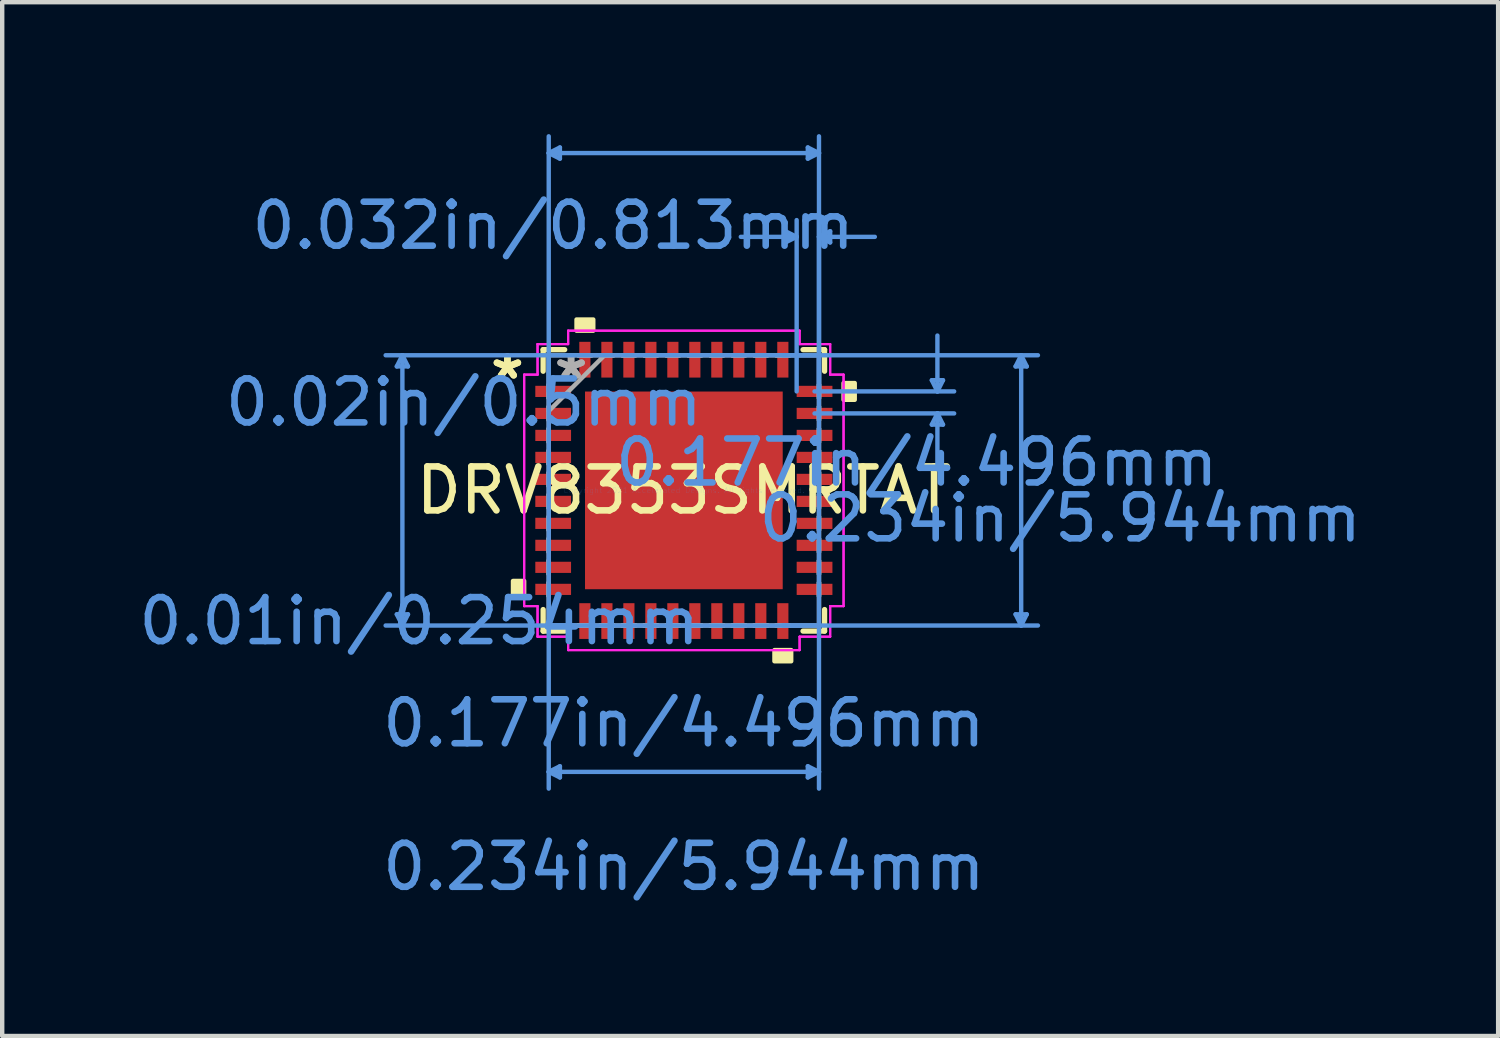
<source format=kicad_pcb>
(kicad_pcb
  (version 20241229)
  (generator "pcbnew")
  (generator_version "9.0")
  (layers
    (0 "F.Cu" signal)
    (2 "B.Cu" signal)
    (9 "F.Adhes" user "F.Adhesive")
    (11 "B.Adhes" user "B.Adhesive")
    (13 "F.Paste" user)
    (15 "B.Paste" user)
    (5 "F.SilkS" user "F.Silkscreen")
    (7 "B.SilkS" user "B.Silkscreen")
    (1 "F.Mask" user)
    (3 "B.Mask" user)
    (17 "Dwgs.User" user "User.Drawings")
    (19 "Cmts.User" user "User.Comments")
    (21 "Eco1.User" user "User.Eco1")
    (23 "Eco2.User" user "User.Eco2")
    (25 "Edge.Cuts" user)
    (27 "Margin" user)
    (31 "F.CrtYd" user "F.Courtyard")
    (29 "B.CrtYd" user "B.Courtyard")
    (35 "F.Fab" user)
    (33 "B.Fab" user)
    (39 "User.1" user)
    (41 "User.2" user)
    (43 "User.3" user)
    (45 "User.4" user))
  (footprint "DRV8353SMRTAT"
    (layer "F.Cu")
    (at 12.502 8.102)
    (property "Reference" "DRV8353SMRTAT" (at 0 0 0) (layer "F.SilkS") (effects (font (size 1 1) (thickness 0.15))))
    (attr through_hole)
    (fp_line (start -3.2 -3.2) (end -3.2 -2.71) (stroke (width 0.12) (type solid)) (layer "F.SilkS"))
    (fp_line (start -3.2 2.71) (end -3.2 3.2) (stroke (width 0.12) (type solid)) (layer "F.SilkS"))
    (fp_line (start -3.2 3.2) (end -2.71 3.2) (stroke (width 0.12) (type solid)) (layer "F.SilkS"))
    (fp_line (start -2.71 -3.2) (end -3.2 -3.2) (stroke (width 0.12) (type solid)) (layer "F.SilkS"))
    (fp_line (start 2.71 3.2) (end 3.2 3.2) (stroke (width 0.12) (type solid)) (layer "F.SilkS"))
    (fp_line (start 3.2 -3.2) (end 2.71 -3.2) (stroke (width 0.12) (type solid)) (layer "F.SilkS"))
    (fp_line (start 3.2 -2.71) (end 3.2 -3.2) (stroke (width 0.12) (type solid)) (layer "F.SilkS"))
    (fp_line (start 3.2 3.2) (end 3.2 2.71) (stroke (width 0.12) (type solid)) (layer "F.SilkS"))
    (fp_poly (pts (xy -3.886 2.06) (xy -3.886 2.441) (xy -3.632 2.441) (xy -3.632 2.06)) (stroke (width 0.1) (type solid)) (fill yes) (layer "F.SilkS"))
    (fp_poly (pts (xy -2.441 -3.632) (xy -2.441 -3.886) (xy -2.06 -3.886) (xy -2.06 -3.632)) (stroke (width 0.1) (type solid)) (fill yes) (layer "F.SilkS"))
    (fp_poly (pts (xy 2.06 3.632) (xy 2.06 3.886) (xy 2.441 3.886) (xy 2.441 3.632)) (stroke (width 0.1) (type solid)) (fill yes) (layer "F.SilkS"))
    (fp_poly (pts (xy 3.886 -2.441) (xy 3.886 -2.06) (xy 3.632 -2.06) (xy 3.632 -2.441)) (stroke (width 0.1) (type solid)) (fill yes) (layer "F.SilkS"))
    (fp_poly (pts (xy -2.148 -2.148) (xy -2.148 -0.849) (xy -0.849 -0.849) (xy -0.849 -2.148)) (stroke (width 0.1) (type solid)) (fill yes) (layer "F.Paste"))
    (fp_poly (pts (xy -2.148 -0.649) (xy -2.148 0.649) (xy -0.849 0.649) (xy -0.849 -0.649)) (stroke (width 0.1) (type solid)) (fill yes) (layer "F.Paste"))
    (fp_poly (pts (xy -2.148 0.849) (xy -2.148 2.148) (xy -0.849 2.148) (xy -0.849 0.849)) (stroke (width 0.1) (type solid)) (fill yes) (layer "F.Paste"))
    (fp_poly (pts (xy -0.649 -2.148) (xy -0.649 -0.849) (xy 0.649 -0.849) (xy 0.649 -2.148)) (stroke (width 0.1) (type solid)) (fill yes) (layer "F.Paste"))
    (fp_poly (pts (xy -0.649 -0.649) (xy -0.649 0.649) (xy 0.649 0.649) (xy 0.649 -0.649)) (stroke (width 0.1) (type solid)) (fill yes) (layer "F.Paste"))
    (fp_poly (pts (xy -0.649 0.849) (xy -0.649 2.148) (xy 0.649 2.148) (xy 0.649 0.849)) (stroke (width 0.1) (type solid)) (fill yes) (layer "F.Paste"))
    (fp_poly (pts (xy 0.849 -2.148) (xy 0.849 -0.849) (xy 2.148 -0.849) (xy 2.148 -2.148)) (stroke (width 0.1) (type solid)) (fill yes) (layer "F.Paste"))
    (fp_poly (pts (xy 0.849 -0.649) (xy 0.849 0.649) (xy 2.148 0.649) (xy 2.148 -0.649)) (stroke (width 0.1) (type solid)) (fill yes) (layer "F.Paste"))
    (fp_poly (pts (xy 0.849 0.849) (xy 0.849 2.148) (xy 2.148 2.148) (xy 2.148 0.849)) (stroke (width 0.1) (type solid)) (fill yes) (layer "F.Paste"))
    (fp_line (start -6.528 -2.819) (end -6.274 -2.819) (stroke (width 0.1) (type solid)) (layer "Cmts.User"))
    (fp_line (start -6.528 2.819) (end -6.274 2.819) (stroke (width 0.1) (type solid)) (layer "Cmts.User"))
    (fp_line (start -6.401 -3.073) (end -6.528 -2.819) (stroke (width 0.1) (type solid)) (layer "Cmts.User"))
    (fp_line (start -6.401 -3.073) (end -6.401 3.073) (stroke (width 0.1) (type solid)) (layer "Cmts.User"))
    (fp_line (start -6.401 -3.073) (end -6.274 -2.819) (stroke (width 0.1) (type solid)) (layer "Cmts.User"))
    (fp_line (start -6.401 3.073) (end -6.528 2.819) (stroke (width 0.1) (type solid)) (layer "Cmts.User"))
    (fp_line (start -6.401 3.073) (end -6.274 2.819) (stroke (width 0.1) (type solid)) (layer "Cmts.User"))
    (fp_line (start -3.073 -7.671) (end -2.819 -7.798) (stroke (width 0.1) (type solid)) (layer "Cmts.User"))
    (fp_line (start -3.073 -7.671) (end -2.819 -7.544) (stroke (width 0.1) (type solid)) (layer "Cmts.User"))
    (fp_line (start -3.073 -7.671) (end 3.073 -7.671) (stroke (width 0.1) (type solid)) (layer "Cmts.User"))
    (fp_line (start -3.073 -3.073) (end -3.073 6.782) (stroke (width 0.1) (type solid)) (layer "Cmts.User"))
    (fp_line (start -3.073 -2.251) (end -3.073 -8.052) (stroke (width 0.1) (type solid)) (layer "Cmts.User"))
    (fp_line (start -3.073 6.401) (end -2.819 6.274) (stroke (width 0.1) (type solid)) (layer "Cmts.User"))
    (fp_line (start -3.073 6.401) (end -2.819 6.528) (stroke (width 0.1) (type solid)) (layer "Cmts.User"))
    (fp_line (start -3.073 6.401) (end 3.073 6.401) (stroke (width 0.1) (type solid)) (layer "Cmts.User"))
    (fp_line (start -2.819 -7.798) (end -2.819 -7.544) (stroke (width 0.1) (type solid)) (layer "Cmts.User"))
    (fp_line (start -2.819 6.274) (end -2.819 6.528) (stroke (width 0.1) (type solid)) (layer "Cmts.User"))
    (fp_line (start 2.251 -3.073) (end 8.052 -3.073) (stroke (width 0.1) (type solid)) (layer "Cmts.User"))
    (fp_line (start 2.251 3.073) (end 8.052 3.073) (stroke (width 0.1) (type solid)) (layer "Cmts.User"))
    (fp_line (start 2.311 -5.893) (end 2.311 -5.639) (stroke (width 0.1) (type solid)) (layer "Cmts.User"))
    (fp_line (start 2.565 -5.766) (end 1.295 -5.766) (stroke (width 0.1) (type solid)) (layer "Cmts.User"))
    (fp_line (start 2.565 -5.766) (end 2.311 -5.893) (stroke (width 0.1) (type solid)) (layer "Cmts.User"))
    (fp_line (start 2.565 -5.766) (end 2.311 -5.639) (stroke (width 0.1) (type solid)) (layer "Cmts.User"))
    (fp_line (start 2.565 -2.251) (end 2.565 -6.147) (stroke (width 0.1) (type solid)) (layer "Cmts.User"))
    (fp_line (start 2.819 -7.798) (end 2.819 -7.544) (stroke (width 0.1) (type solid)) (layer "Cmts.User"))
    (fp_line (start 2.819 6.274) (end 2.819 6.528) (stroke (width 0.1) (type solid)) (layer "Cmts.User"))
    (fp_line (start 2.972 -2.251) (end 6.147 -2.251) (stroke (width 0.1) (type solid)) (layer "Cmts.User"))
    (fp_line (start 2.972 -1.75) (end 6.147 -1.75) (stroke (width 0.1) (type solid)) (layer "Cmts.User"))
    (fp_line (start 3.073 -7.671) (end 2.819 -7.798) (stroke (width 0.1) (type solid)) (layer "Cmts.User"))
    (fp_line (start 3.073 -7.671) (end 2.819 -7.544) (stroke (width 0.1) (type solid)) (layer "Cmts.User"))
    (fp_line (start 3.073 -5.766) (end 3.327 -5.893) (stroke (width 0.1) (type solid)) (layer "Cmts.User"))
    (fp_line (start 3.073 -5.766) (end 3.327 -5.639) (stroke (width 0.1) (type solid)) (layer "Cmts.User"))
    (fp_line (start 3.073 -5.766) (end 4.343 -5.766) (stroke (width 0.1) (type solid)) (layer "Cmts.User"))
    (fp_line (start 3.073 -3.073) (end -6.782 -3.073) (stroke (width 0.1) (type solid)) (layer "Cmts.User"))
    (fp_line (start 3.073 -3.073) (end 3.073 6.782) (stroke (width 0.1) (type solid)) (layer "Cmts.User"))
    (fp_line (start 3.073 -2.251) (end 3.073 -8.052) (stroke (width 0.1) (type solid)) (layer "Cmts.User"))
    (fp_line (start 3.073 -2.251) (end 3.073 -6.147) (stroke (width 0.1) (type solid)) (layer "Cmts.User"))
    (fp_line (start 3.073 3.073) (end -6.782 3.073) (stroke (width 0.1) (type solid)) (layer "Cmts.User"))
    (fp_line (start 3.073 6.401) (end 2.819 6.274) (stroke (width 0.1) (type solid)) (layer "Cmts.User"))
    (fp_line (start 3.073 6.401) (end 2.819 6.528) (stroke (width 0.1) (type solid)) (layer "Cmts.User"))
    (fp_line (start 3.327 -5.893) (end 3.327 -5.639) (stroke (width 0.1) (type solid)) (layer "Cmts.User"))
    (fp_line (start 5.639 -2.505) (end 5.893 -2.505) (stroke (width 0.1) (type solid)) (layer "Cmts.User"))
    (fp_line (start 5.639 -1.496) (end 5.893 -1.496) (stroke (width 0.1) (type solid)) (layer "Cmts.User"))
    (fp_line (start 5.766 -2.251) (end 5.639 -2.505) (stroke (width 0.1) (type solid)) (layer "Cmts.User"))
    (fp_line (start 5.766 -2.251) (end 5.766 -3.521) (stroke (width 0.1) (type solid)) (layer "Cmts.User"))
    (fp_line (start 5.766 -2.251) (end 5.893 -2.505) (stroke (width 0.1) (type solid)) (layer "Cmts.User"))
    (fp_line (start 5.766 -1.75) (end 5.639 -1.496) (stroke (width 0.1) (type solid)) (layer "Cmts.User"))
    (fp_line (start 5.766 -1.75) (end 5.766 -0.48) (stroke (width 0.1) (type solid)) (layer "Cmts.User"))
    (fp_line (start 5.766 -1.75) (end 5.893 -1.496) (stroke (width 0.1) (type solid)) (layer "Cmts.User"))
    (fp_line (start 7.544 -2.819) (end 7.798 -2.819) (stroke (width 0.1) (type solid)) (layer "Cmts.User"))
    (fp_line (start 7.544 2.819) (end 7.798 2.819) (stroke (width 0.1) (type solid)) (layer "Cmts.User"))
    (fp_line (start 7.671 -3.073) (end 7.544 -2.819) (stroke (width 0.1) (type solid)) (layer "Cmts.User"))
    (fp_line (start 7.671 -3.073) (end 7.671 3.073) (stroke (width 0.1) (type solid)) (layer "Cmts.User"))
    (fp_line (start 7.671 -3.073) (end 7.798 -2.819) (stroke (width 0.1) (type solid)) (layer "Cmts.User"))
    (fp_line (start 7.671 3.073) (end 7.544 2.819) (stroke (width 0.1) (type solid)) (layer "Cmts.User"))
    (fp_line (start 7.671 3.073) (end 7.798 2.819) (stroke (width 0.1) (type solid)) (layer "Cmts.User"))
    (fp_line (start -3.632 -2.632) (end -3.327 -2.632) (stroke (width 0.05) (type solid)) (layer "F.CrtYd"))
    (fp_line (start -3.632 -2.632) (end -3.327 -2.632) (stroke (width 0.05) (type solid)) (layer "F.CrtYd"))
    (fp_line (start -3.632 2.632) (end -3.632 -2.632) (stroke (width 0.05) (type solid)) (layer "F.CrtYd"))
    (fp_line (start -3.632 2.632) (end -3.632 -2.632) (stroke (width 0.05) (type solid)) (layer "F.CrtYd"))
    (fp_line (start -3.327 -3.327) (end -2.632 -3.327) (stroke (width 0.05) (type solid)) (layer "F.CrtYd"))
    (fp_line (start -3.327 -3.327) (end -2.632 -3.327) (stroke (width 0.05) (type solid)) (layer "F.CrtYd"))
    (fp_line (start -3.327 -2.632) (end -3.327 -3.327) (stroke (width 0.05) (type solid)) (layer "F.CrtYd"))
    (fp_line (start -3.327 -2.632) (end -3.327 -3.327) (stroke (width 0.05) (type solid)) (layer "F.CrtYd"))
    (fp_line (start -3.327 2.632) (end -3.632 2.632) (stroke (width 0.05) (type solid)) (layer "F.CrtYd"))
    (fp_line (start -3.327 2.632) (end -3.632 2.632) (stroke (width 0.05) (type solid)) (layer "F.CrtYd"))
    (fp_line (start -3.327 3.327) (end -3.327 2.632) (stroke (width 0.05) (type solid)) (layer "F.CrtYd"))
    (fp_line (start -3.327 3.327) (end -3.327 2.632) (stroke (width 0.05) (type solid)) (layer "F.CrtYd"))
    (fp_line (start -2.632 -3.632) (end 2.632 -3.632) (stroke (width 0.05) (type solid)) (layer "F.CrtYd"))
    (fp_line (start -2.632 -3.632) (end 2.632 -3.632) (stroke (width 0.05) (type solid)) (layer "F.CrtYd"))
    (fp_line (start -2.632 -3.327) (end -2.632 -3.632) (stroke (width 0.05) (type solid)) (layer "F.CrtYd"))
    (fp_line (start -2.632 -3.327) (end -2.632 -3.632) (stroke (width 0.05) (type solid)) (layer "F.CrtYd"))
    (fp_line (start -2.632 3.327) (end -3.327 3.327) (stroke (width 0.05) (type solid)) (layer "F.CrtYd"))
    (fp_line (start -2.632 3.327) (end -3.327 3.327) (stroke (width 0.05) (type solid)) (layer "F.CrtYd"))
    (fp_line (start -2.632 3.632) (end -2.632 3.327) (stroke (width 0.05) (type solid)) (layer "F.CrtYd"))
    (fp_line (start -2.632 3.632) (end -2.632 3.327) (stroke (width 0.05) (type solid)) (layer "F.CrtYd"))
    (fp_line (start 2.632 -3.632) (end 2.632 -3.327) (stroke (width 0.05) (type solid)) (layer "F.CrtYd"))
    (fp_line (start 2.632 -3.632) (end 2.632 -3.327) (stroke (width 0.05) (type solid)) (layer "F.CrtYd"))
    (fp_line (start 2.632 -3.327) (end 3.327 -3.327) (stroke (width 0.05) (type solid)) (layer "F.CrtYd"))
    (fp_line (start 2.632 -3.327) (end 3.327 -3.327) (stroke (width 0.05) (type solid)) (layer "F.CrtYd"))
    (fp_line (start 2.632 3.327) (end 2.632 3.632) (stroke (width 0.05) (type solid)) (layer "F.CrtYd"))
    (fp_line (start 2.632 3.327) (end 2.632 3.632) (stroke (width 0.05) (type solid)) (layer "F.CrtYd"))
    (fp_line (start 2.632 3.632) (end -2.632 3.632) (stroke (width 0.05) (type solid)) (layer "F.CrtYd"))
    (fp_line (start 2.632 3.632) (end -2.632 3.632) (stroke (width 0.05) (type solid)) (layer "F.CrtYd"))
    (fp_line (start 3.327 -3.327) (end 3.327 -2.632) (stroke (width 0.05) (type solid)) (layer "F.CrtYd"))
    (fp_line (start 3.327 -3.327) (end 3.327 -2.632) (stroke (width 0.05) (type solid)) (layer "F.CrtYd"))
    (fp_line (start 3.327 -2.632) (end 3.632 -2.632) (stroke (width 0.05) (type solid)) (layer "F.CrtYd"))
    (fp_line (start 3.327 -2.632) (end 3.632 -2.632) (stroke (width 0.05) (type solid)) (layer "F.CrtYd"))
    (fp_line (start 3.327 2.632) (end 3.327 3.327) (stroke (width 0.05) (type solid)) (layer "F.CrtYd"))
    (fp_line (start 3.327 2.632) (end 3.327 3.327) (stroke (width 0.05) (type solid)) (layer "F.CrtYd"))
    (fp_line (start 3.327 3.327) (end 2.632 3.327) (stroke (width 0.05) (type solid)) (layer "F.CrtYd"))
    (fp_line (start 3.327 3.327) (end 2.632 3.327) (stroke (width 0.05) (type solid)) (layer "F.CrtYd"))
    (fp_line (start 3.632 -2.632) (end 3.632 2.632) (stroke (width 0.05) (type solid)) (layer "F.CrtYd"))
    (fp_line (start 3.632 -2.632) (end 3.632 2.632) (stroke (width 0.05) (type solid)) (layer "F.CrtYd"))
    (fp_line (start 3.632 2.632) (end 3.327 2.632) (stroke (width 0.05) (type solid)) (layer "F.CrtYd"))
    (fp_line (start 3.632 2.632) (end 3.327 2.632) (stroke (width 0.05) (type solid)) (layer "F.CrtYd"))
    (fp_line (start -3.073 -3.073) (end -3.073 -3.073) (stroke (width 0.1) (type solid)) (layer "F.Fab"))
    (fp_line (start -3.073 -3.073) (end -3.073 3.073) (stroke (width 0.1) (type solid)) (layer "F.Fab"))
    (fp_line (start -3.073 -2.403) (end -3.073 -2.403) (stroke (width 0.1) (type solid)) (layer "F.Fab"))
    (fp_line (start -3.073 -2.403) (end -3.073 -2.098) (stroke (width 0.1) (type solid)) (layer "F.Fab"))
    (fp_line (start -3.073 -2.098) (end -3.073 -2.403) (stroke (width 0.1) (type solid)) (layer "F.Fab"))
    (fp_line (start -3.073 -2.098) (end -3.073 -2.098) (stroke (width 0.1) (type solid)) (layer "F.Fab"))
    (fp_line (start -3.073 -1.903) (end -3.073 -1.903) (stroke (width 0.1) (type solid)) (layer "F.Fab"))
    (fp_line (start -3.073 -1.903) (end -3.073 -1.598) (stroke (width 0.1) (type solid)) (layer "F.Fab"))
    (fp_line (start -3.073 -1.803) (end -1.803 -3.073) (stroke (width 0.1) (type solid)) (layer "F.Fab"))
    (fp_line (start -3.073 -1.598) (end -3.073 -1.903) (stroke (width 0.1) (type solid)) (layer "F.Fab"))
    (fp_line (start -3.073 -1.598) (end -3.073 -1.598) (stroke (width 0.1) (type solid)) (layer "F.Fab"))
    (fp_line (start -3.073 -1.403) (end -3.073 -1.403) (stroke (width 0.1) (type solid)) (layer "F.Fab"))
    (fp_line (start -3.073 -1.403) (end -3.073 -1.098) (stroke (width 0.1) (type solid)) (layer "F.Fab"))
    (fp_line (start -3.073 -1.098) (end -3.073 -1.403) (stroke (width 0.1) (type solid)) (layer "F.Fab"))
    (fp_line (start -3.073 -1.098) (end -3.073 -1.098) (stroke (width 0.1) (type solid)) (layer "F.Fab"))
    (fp_line (start -3.073 -0.903) (end -3.073 -0.903) (stroke (width 0.1) (type solid)) (layer "F.Fab"))
    (fp_line (start -3.073 -0.903) (end -3.073 -0.598) (stroke (width 0.1) (type solid)) (layer "F.Fab"))
    (fp_line (start -3.073 -0.598) (end -3.073 -0.903) (stroke (width 0.1) (type solid)) (layer "F.Fab"))
    (fp_line (start -3.073 -0.598) (end -3.073 -0.598) (stroke (width 0.1) (type solid)) (layer "F.Fab"))
    (fp_line (start -3.073 -0.402) (end -3.073 -0.402) (stroke (width 0.1) (type solid)) (layer "F.Fab"))
    (fp_line (start -3.073 -0.402) (end -3.073 -0.098) (stroke (width 0.1) (type solid)) (layer "F.Fab"))
    (fp_line (start -3.073 -0.098) (end -3.073 -0.402) (stroke (width 0.1) (type solid)) (layer "F.Fab"))
    (fp_line (start -3.073 -0.098) (end -3.073 -0.098) (stroke (width 0.1) (type solid)) (layer "F.Fab"))
    (fp_line (start -3.073 0.098) (end -3.073 0.098) (stroke (width 0.1) (type solid)) (layer "F.Fab"))
    (fp_line (start -3.073 0.098) (end -3.073 0.402) (stroke (width 0.1) (type solid)) (layer "F.Fab"))
    (fp_line (start -3.073 0.402) (end -3.073 0.098) (stroke (width 0.1) (type solid)) (layer "F.Fab"))
    (fp_line (start -3.073 0.402) (end -3.073 0.402) (stroke (width 0.1) (type solid)) (layer "F.Fab"))
    (fp_line (start -3.073 0.598) (end -3.073 0.598) (stroke (width 0.1) (type solid)) (layer "F.Fab"))
    (fp_line (start -3.073 0.598) (end -3.073 0.903) (stroke (width 0.1) (type solid)) (layer "F.Fab"))
    (fp_line (start -3.073 0.903) (end -3.073 0.598) (stroke (width 0.1) (type solid)) (layer "F.Fab"))
    (fp_line (start -3.073 0.903) (end -3.073 0.903) (stroke (width 0.1) (type solid)) (layer "F.Fab"))
    (fp_line (start -3.073 1.098) (end -3.073 1.098) (stroke (width 0.1) (type solid)) (layer "F.Fab"))
    (fp_line (start -3.073 1.098) (end -3.073 1.403) (stroke (width 0.1) (type solid)) (layer "F.Fab"))
    (fp_line (start -3.073 1.403) (end -3.073 1.098) (stroke (width 0.1) (type solid)) (layer "F.Fab"))
    (fp_line (start -3.073 1.403) (end -3.073 1.403) (stroke (width 0.1) (type solid)) (layer "F.Fab"))
    (fp_line (start -3.073 1.598) (end -3.073 1.598) (stroke (width 0.1) (type solid)) (layer "F.Fab"))
    (fp_line (start -3.073 1.598) (end -3.073 1.903) (stroke (width 0.1) (type solid)) (layer "F.Fab"))
    (fp_line (start -3.073 1.903) (end -3.073 1.598) (stroke (width 0.1) (type solid)) (layer "F.Fab"))
    (fp_line (start -3.073 1.903) (end -3.073 1.903) (stroke (width 0.1) (type solid)) (layer "F.Fab"))
    (fp_line (start -3.073 2.098) (end -3.073 2.098) (stroke (width 0.1) (type solid)) (layer "F.Fab"))
    (fp_line (start -3.073 2.098) (end -3.073 2.403) (stroke (width 0.1) (type solid)) (layer "F.Fab"))
    (fp_line (start -3.073 2.403) (end -3.073 2.098) (stroke (width 0.1) (type solid)) (layer "F.Fab"))
    (fp_line (start -3.073 2.403) (end -3.073 2.403) (stroke (width 0.1) (type solid)) (layer "F.Fab"))
    (fp_line (start -3.073 3.073) (end -3.073 3.073) (stroke (width 0.1) (type solid)) (layer "F.Fab"))
    (fp_line (start -3.073 3.073) (end 3.073 3.073) (stroke (width 0.1) (type solid)) (layer "F.Fab"))
    (fp_line (start -2.403 -3.073) (end -2.403 -3.073) (stroke (width 0.1) (type solid)) (layer "F.Fab"))
    (fp_line (start -2.403 -3.073) (end -2.098 -3.073) (stroke (width 0.1) (type solid)) (layer "F.Fab"))
    (fp_line (start -2.403 3.073) (end -2.403 3.073) (stroke (width 0.1) (type solid)) (layer "F.Fab"))
    (fp_line (start -2.403 3.073) (end -2.098 3.073) (stroke (width 0.1) (type solid)) (layer "F.Fab"))
    (fp_line (start -2.098 -3.073) (end -2.403 -3.073) (stroke (width 0.1) (type solid)) (layer "F.Fab"))
    (fp_line (start -2.098 -3.073) (end -2.098 -3.073) (stroke (width 0.1) (type solid)) (layer "F.Fab"))
    (fp_line (start -2.098 3.073) (end -2.403 3.073) (stroke (width 0.1) (type solid)) (layer "F.Fab"))
    (fp_line (start -2.098 3.073) (end -2.098 3.073) (stroke (width 0.1) (type solid)) (layer "F.Fab"))
    (fp_line (start -1.903 -3.073) (end -1.903 -3.073) (stroke (width 0.1) (type solid)) (layer "F.Fab"))
    (fp_line (start -1.903 -3.073) (end -1.598 -3.073) (stroke (width 0.1) (type solid)) (layer "F.Fab"))
    (fp_line (start -1.903 3.073) (end -1.903 3.073) (stroke (width 0.1) (type solid)) (layer "F.Fab"))
    (fp_line (start -1.903 3.073) (end -1.598 3.073) (stroke (width 0.1) (type solid)) (layer "F.Fab"))
    (fp_line (start -1.598 -3.073) (end -1.903 -3.073) (stroke (width 0.1) (type solid)) (layer "F.Fab"))
    (fp_line (start -1.598 -3.073) (end -1.598 -3.073) (stroke (width 0.1) (type solid)) (layer "F.Fab"))
    (fp_line (start -1.598 3.073) (end -1.903 3.073) (stroke (width 0.1) (type solid)) (layer "F.Fab"))
    (fp_line (start -1.598 3.073) (end -1.598 3.073) (stroke (width 0.1) (type solid)) (layer "F.Fab"))
    (fp_line (start -1.403 -3.073) (end -1.403 -3.073) (stroke (width 0.1) (type solid)) (layer "F.Fab"))
    (fp_line (start -1.403 -3.073) (end -1.098 -3.073) (stroke (width 0.1) (type solid)) (layer "F.Fab"))
    (fp_line (start -1.403 3.073) (end -1.403 3.073) (stroke (width 0.1) (type solid)) (layer "F.Fab"))
    (fp_line (start -1.403 3.073) (end -1.098 3.073) (stroke (width 0.1) (type solid)) (layer "F.Fab"))
    (fp_line (start -1.098 -3.073) (end -1.403 -3.073) (stroke (width 0.1) (type solid)) (layer "F.Fab"))
    (fp_line (start -1.098 -3.073) (end -1.098 -3.073) (stroke (width 0.1) (type solid)) (layer "F.Fab"))
    (fp_line (start -1.098 3.073) (end -1.403 3.073) (stroke (width 0.1) (type solid)) (layer "F.Fab"))
    (fp_line (start -1.098 3.073) (end -1.098 3.073) (stroke (width 0.1) (type solid)) (layer "F.Fab"))
    (fp_line (start -0.903 -3.073) (end -0.903 -3.073) (stroke (width 0.1) (type solid)) (layer "F.Fab"))
    (fp_line (start -0.903 -3.073) (end -0.598 -3.073) (stroke (width 0.1) (type solid)) (layer "F.Fab"))
    (fp_line (start -0.903 3.073) (end -0.903 3.073) (stroke (width 0.1) (type solid)) (layer "F.Fab"))
    (fp_line (start -0.903 3.073) (end -0.598 3.073) (stroke (width 0.1) (type solid)) (layer "F.Fab"))
    (fp_line (start -0.598 -3.073) (end -0.903 -3.073) (stroke (width 0.1) (type solid)) (layer "F.Fab"))
    (fp_line (start -0.598 -3.073) (end -0.598 -3.073) (stroke (width 0.1) (type solid)) (layer "F.Fab"))
    (fp_line (start -0.598 3.073) (end -0.903 3.073) (stroke (width 0.1) (type solid)) (layer "F.Fab"))
    (fp_line (start -0.598 3.073) (end -0.598 3.073) (stroke (width 0.1) (type solid)) (layer "F.Fab"))
    (fp_line (start -0.402 -3.073) (end -0.402 -3.073) (stroke (width 0.1) (type solid)) (layer "F.Fab"))
    (fp_line (start -0.402 -3.073) (end -0.098 -3.073) (stroke (width 0.1) (type solid)) (layer "F.Fab"))
    (fp_line (start -0.402 3.073) (end -0.402 3.073) (stroke (width 0.1) (type solid)) (layer "F.Fab"))
    (fp_line (start -0.402 3.073) (end -0.098 3.073) (stroke (width 0.1) (type solid)) (layer "F.Fab"))
    (fp_line (start -0.098 -3.073) (end -0.402 -3.073) (stroke (width 0.1) (type solid)) (layer "F.Fab"))
    (fp_line (start -0.098 -3.073) (end -0.098 -3.073) (stroke (width 0.1) (type solid)) (layer "F.Fab"))
    (fp_line (start -0.098 3.073) (end -0.402 3.073) (stroke (width 0.1) (type solid)) (layer "F.Fab"))
    (fp_line (start -0.098 3.073) (end -0.098 3.073) (stroke (width 0.1) (type solid)) (layer "F.Fab"))
    (fp_line (start 0.098 -3.073) (end 0.098 -3.073) (stroke (width 0.1) (type solid)) (layer "F.Fab"))
    (fp_line (start 0.098 -3.073) (end 0.402 -3.073) (stroke (width 0.1) (type solid)) (layer "F.Fab"))
    (fp_line (start 0.098 3.073) (end 0.098 3.073) (stroke (width 0.1) (type solid)) (layer "F.Fab"))
    (fp_line (start 0.098 3.073) (end 0.402 3.073) (stroke (width 0.1) (type solid)) (layer "F.Fab"))
    (fp_line (start 0.402 -3.073) (end 0.098 -3.073) (stroke (width 0.1) (type solid)) (layer "F.Fab"))
    (fp_line (start 0.402 -3.073) (end 0.402 -3.073) (stroke (width 0.1) (type solid)) (layer "F.Fab"))
    (fp_line (start 0.402 3.073) (end 0.098 3.073) (stroke (width 0.1) (type solid)) (layer "F.Fab"))
    (fp_line (start 0.402 3.073) (end 0.402 3.073) (stroke (width 0.1) (type solid)) (layer "F.Fab"))
    (fp_line (start 0.598 -3.073) (end 0.598 -3.073) (stroke (width 0.1) (type solid)) (layer "F.Fab"))
    (fp_line (start 0.598 -3.073) (end 0.903 -3.073) (stroke (width 0.1) (type solid)) (layer "F.Fab"))
    (fp_line (start 0.598 3.073) (end 0.598 3.073) (stroke (width 0.1) (type solid)) (layer "F.Fab"))
    (fp_line (start 0.598 3.073) (end 0.903 3.073) (stroke (width 0.1) (type solid)) (layer "F.Fab"))
    (fp_line (start 0.903 -3.073) (end 0.598 -3.073) (stroke (width 0.1) (type solid)) (layer "F.Fab"))
    (fp_line (start 0.903 -3.073) (end 0.903 -3.073) (stroke (width 0.1) (type solid)) (layer "F.Fab"))
    (fp_line (start 0.903 3.073) (end 0.598 3.073) (stroke (width 0.1) (type solid)) (layer "F.Fab"))
    (fp_line (start 0.903 3.073) (end 0.903 3.073) (stroke (width 0.1) (type solid)) (layer "F.Fab"))
    (fp_line (start 1.098 -3.073) (end 1.098 -3.073) (stroke (width 0.1) (type solid)) (layer "F.Fab"))
    (fp_line (start 1.098 -3.073) (end 1.403 -3.073) (stroke (width 0.1) (type solid)) (layer "F.Fab"))
    (fp_line (start 1.098 3.073) (end 1.098 3.073) (stroke (width 0.1) (type solid)) (layer "F.Fab"))
    (fp_line (start 1.098 3.073) (end 1.403 3.073) (stroke (width 0.1) (type solid)) (layer "F.Fab"))
    (fp_line (start 1.403 -3.073) (end 1.098 -3.073) (stroke (width 0.1) (type solid)) (layer "F.Fab"))
    (fp_line (start 1.403 -3.073) (end 1.403 -3.073) (stroke (width 0.1) (type solid)) (layer "F.Fab"))
    (fp_line (start 1.403 3.073) (end 1.098 3.073) (stroke (width 0.1) (type solid)) (layer "F.Fab"))
    (fp_line (start 1.403 3.073) (end 1.403 3.073) (stroke (width 0.1) (type solid)) (layer "F.Fab"))
    (fp_line (start 1.598 -3.073) (end 1.598 -3.073) (stroke (width 0.1) (type solid)) (layer "F.Fab"))
    (fp_line (start 1.598 -3.073) (end 1.903 -3.073) (stroke (width 0.1) (type solid)) (layer "F.Fab"))
    (fp_line (start 1.598 3.073) (end 1.598 3.073) (stroke (width 0.1) (type solid)) (layer "F.Fab"))
    (fp_line (start 1.598 3.073) (end 1.903 3.073) (stroke (width 0.1) (type solid)) (layer "F.Fab"))
    (fp_line (start 1.903 -3.073) (end 1.598 -3.073) (stroke (width 0.1) (type solid)) (layer "F.Fab"))
    (fp_line (start 1.903 -3.073) (end 1.903 -3.073) (stroke (width 0.1) (type solid)) (layer "F.Fab"))
    (fp_line (start 1.903 3.073) (end 1.598 3.073) (stroke (width 0.1) (type solid)) (layer "F.Fab"))
    (fp_line (start 1.903 3.073) (end 1.903 3.073) (stroke (width 0.1) (type solid)) (layer "F.Fab"))
    (fp_line (start 2.098 -3.073) (end 2.098 -3.073) (stroke (width 0.1) (type solid)) (layer "F.Fab"))
    (fp_line (start 2.098 -3.073) (end 2.403 -3.073) (stroke (width 0.1) (type solid)) (layer "F.Fab"))
    (fp_line (start 2.098 3.073) (end 2.098 3.073) (stroke (width 0.1) (type solid)) (layer "F.Fab"))
    (fp_line (start 2.098 3.073) (end 2.403 3.073) (stroke (width 0.1) (type solid)) (layer "F.Fab"))
    (fp_line (start 2.403 -3.073) (end 2.098 -3.073) (stroke (width 0.1) (type solid)) (layer "F.Fab"))
    (fp_line (start 2.403 -3.073) (end 2.403 -3.073) (stroke (width 0.1) (type solid)) (layer "F.Fab"))
    (fp_line (start 2.403 3.073) (end 2.098 3.073) (stroke (width 0.1) (type solid)) (layer "F.Fab"))
    (fp_line (start 2.403 3.073) (end 2.403 3.073) (stroke (width 0.1) (type solid)) (layer "F.Fab"))
    (fp_line (start 3.073 -3.073) (end -3.073 -3.073) (stroke (width 0.1) (type solid)) (layer "F.Fab"))
    (fp_line (start 3.073 -3.073) (end 3.073 -3.073) (stroke (width 0.1) (type solid)) (layer "F.Fab"))
    (fp_line (start 3.073 -2.403) (end 3.073 -2.403) (stroke (width 0.1) (type solid)) (layer "F.Fab"))
    (fp_line (start 3.073 -2.403) (end 3.073 -2.098) (stroke (width 0.1) (type solid)) (layer "F.Fab"))
    (fp_line (start 3.073 -2.098) (end 3.073 -2.403) (stroke (width 0.1) (type solid)) (layer "F.Fab"))
    (fp_line (start 3.073 -2.098) (end 3.073 -2.098) (stroke (width 0.1) (type solid)) (layer "F.Fab"))
    (fp_line (start 3.073 -1.903) (end 3.073 -1.903) (stroke (width 0.1) (type solid)) (layer "F.Fab"))
    (fp_line (start 3.073 -1.903) (end 3.073 -1.598) (stroke (width 0.1) (type solid)) (layer "F.Fab"))
    (fp_line (start 3.073 -1.598) (end 3.073 -1.903) (stroke (width 0.1) (type solid)) (layer "F.Fab"))
    (fp_line (start 3.073 -1.598) (end 3.073 -1.598) (stroke (width 0.1) (type solid)) (layer "F.Fab"))
    (fp_line (start 3.073 -1.403) (end 3.073 -1.403) (stroke (width 0.1) (type solid)) (layer "F.Fab"))
    (fp_line (start 3.073 -1.403) (end 3.073 -1.098) (stroke (width 0.1) (type solid)) (layer "F.Fab"))
    (fp_line (start 3.073 -1.098) (end 3.073 -1.403) (stroke (width 0.1) (type solid)) (layer "F.Fab"))
    (fp_line (start 3.073 -1.098) (end 3.073 -1.098) (stroke (width 0.1) (type solid)) (layer "F.Fab"))
    (fp_line (start 3.073 -0.903) (end 3.073 -0.903) (stroke (width 0.1) (type solid)) (layer "F.Fab"))
    (fp_line (start 3.073 -0.903) (end 3.073 -0.598) (stroke (width 0.1) (type solid)) (layer "F.Fab"))
    (fp_line (start 3.073 -0.598) (end 3.073 -0.903) (stroke (width 0.1) (type solid)) (layer "F.Fab"))
    (fp_line (start 3.073 -0.598) (end 3.073 -0.598) (stroke (width 0.1) (type solid)) (layer "F.Fab"))
    (fp_line (start 3.073 -0.402) (end 3.073 -0.402) (stroke (width 0.1) (type solid)) (layer "F.Fab"))
    (fp_line (start 3.073 -0.402) (end 3.073 -0.098) (stroke (width 0.1) (type solid)) (layer "F.Fab"))
    (fp_line (start 3.073 -0.098) (end 3.073 -0.402) (stroke (width 0.1) (type solid)) (layer "F.Fab"))
    (fp_line (start 3.073 -0.098) (end 3.073 -0.098) (stroke (width 0.1) (type solid)) (layer "F.Fab"))
    (fp_line (start 3.073 0.098) (end 3.073 0.098) (stroke (width 0.1) (type solid)) (layer "F.Fab"))
    (fp_line (start 3.073 0.098) (end 3.073 0.402) (stroke (width 0.1) (type solid)) (layer "F.Fab"))
    (fp_line (start 3.073 0.402) (end 3.073 0.098) (stroke (width 0.1) (type solid)) (layer "F.Fab"))
    (fp_line (start 3.073 0.402) (end 3.073 0.402) (stroke (width 0.1) (type solid)) (layer "F.Fab"))
    (fp_line (start 3.073 0.598) (end 3.073 0.598) (stroke (width 0.1) (type solid)) (layer "F.Fab"))
    (fp_line (start 3.073 0.598) (end 3.073 0.903) (stroke (width 0.1) (type solid)) (layer "F.Fab"))
    (fp_line (start 3.073 0.903) (end 3.073 0.598) (stroke (width 0.1) (type solid)) (layer "F.Fab"))
    (fp_line (start 3.073 0.903) (end 3.073 0.903) (stroke (width 0.1) (type solid)) (layer "F.Fab"))
    (fp_line (start 3.073 1.098) (end 3.073 1.098) (stroke (width 0.1) (type solid)) (layer "F.Fab"))
    (fp_line (start 3.073 1.098) (end 3.073 1.403) (stroke (width 0.1) (type solid)) (layer "F.Fab"))
    (fp_line (start 3.073 1.403) (end 3.073 1.098) (stroke (width 0.1) (type solid)) (layer "F.Fab"))
    (fp_line (start 3.073 1.403) (end 3.073 1.403) (stroke (width 0.1) (type solid)) (layer "F.Fab"))
    (fp_line (start 3.073 1.598) (end 3.073 1.598) (stroke (width 0.1) (type solid)) (layer "F.Fab"))
    (fp_line (start 3.073 1.598) (end 3.073 1.903) (stroke (width 0.1) (type solid)) (layer "F.Fab"))
    (fp_line (start 3.073 1.903) (end 3.073 1.598) (stroke (width 0.1) (type solid)) (layer "F.Fab"))
    (fp_line (start 3.073 1.903) (end 3.073 1.903) (stroke (width 0.1) (type solid)) (layer "F.Fab"))
    (fp_line (start 3.073 2.098) (end 3.073 2.098) (stroke (width 0.1) (type solid)) (layer "F.Fab"))
    (fp_line (start 3.073 2.098) (end 3.073 2.403) (stroke (width 0.1) (type solid)) (layer "F.Fab"))
    (fp_line (start 3.073 2.403) (end 3.073 2.098) (stroke (width 0.1) (type solid)) (layer "F.Fab"))
    (fp_line (start 3.073 2.403) (end 3.073 2.403) (stroke (width 0.1) (type solid)) (layer "F.Fab"))
    (fp_line (start 3.073 3.073) (end 3.073 -3.073) (stroke (width 0.1) (type solid)) (layer "F.Fab"))
    (fp_line (start 3.073 3.073) (end 3.073 3.073) (stroke (width 0.1) (type solid)) (layer "F.Fab"))
    (fp_text user "*" (at -4.013 -2.501 0) (layer "F.SilkS") (effects (font (size 1 1) (thickness 0.15))))
    (fp_text user "*" (at -4.013 -2.501 0) (layer "F.SilkS") (effects (font (size 1 1) (thickness 0.15))))
    (fp_text user "0.234in/5.944mm" (at 8.56 0.635 0) (layer "Cmts.User") (effects (font (size 1 1) (thickness 0.15))))
    (fp_text user "0.177in/4.496mm" (at 5.296 -0.635 0) (layer "Cmts.User") (effects (font (size 1 1) (thickness 0.15))))
    (fp_text user "0.01in/0.254mm" (at -6.02 2.972 0) (layer "Cmts.User") (effects (font (size 1 1) (thickness 0.15))))
    (fp_text user "Copyright 2021 Accelerated Designs. All rights reserved." (at 0 0 0) (layer "Cmts.User") (effects (font (size 0.127 0.127) (thickness 0.002))))
    (fp_text user "0.032in/0.813mm" (at -2.972 -6.02 0) (layer "Cmts.User") (effects (font (size 1 1) (thickness 0.15))))
    (fp_text user "0.234in/5.944mm" (at 0 8.56 0) (layer "Cmts.User") (effects (font (size 1 1) (thickness 0.15))))
    (fp_text user "0.02in/0.5mm" (at -5.004 -2.001 0) (layer "Cmts.User") (effects (font (size 1 1) (thickness 0.15))))
    (fp_text user "0.177in/4.496mm" (at 0 5.296 0) (layer "Cmts.User") (effects (font (size 1 1) (thickness 0.15))))
    (fp_text user "*" (at -2.565 -2.501 0) (layer "F.Fab") (effects (font (size 1 1) (thickness 0.15))))
    (fp_text user "*" (at -2.565 -2.501 0) (layer "F.Fab") (effects (font (size 1 1) (thickness 0.15))))
    (pad "1" smd rect (at -2.972 -2.251 90) (size 0.254 0.813) (layers "F.Cu" "F.Mask" "F.Paste"))
    (pad "2" smd rect (at -2.972 -1.75 90) (size 0.254 0.813) (layers "F.Cu" "F.Mask" "F.Paste"))
    (pad "3" smd rect (at -2.972 -1.25 90) (size 0.254 0.813) (layers "F.Cu" "F.Mask" "F.Paste"))
    (pad "4" smd rect (at -2.972 -0.75 90) (size 0.254 0.813) (layers "F.Cu" "F.Mask" "F.Paste"))
    (pad "5" smd rect (at -2.972 -0.25 90) (size 0.254 0.813) (layers "F.Cu" "F.Mask" "F.Paste"))
    (pad "6" smd rect (at -2.972 0.25 90) (size 0.254 0.813) (layers "F.Cu" "F.Mask" "F.Paste"))
    (pad "7" smd rect (at -2.972 0.75 90) (size 0.254 0.813) (layers "F.Cu" "F.Mask" "F.Paste"))
    (pad "8" smd rect (at -2.972 1.25 90) (size 0.254 0.813) (layers "F.Cu" "F.Mask" "F.Paste"))
    (pad "9" smd rect (at -2.972 1.75 90) (size 0.254 0.813) (layers "F.Cu" "F.Mask" "F.Paste"))
    (pad "10" smd rect (at -2.972 2.251 90) (size 0.254 0.813) (layers "F.Cu" "F.Mask" "F.Paste"))
    (pad "11" smd rect (at -2.251 2.972) (size 0.254 0.813) (layers "F.Cu" "F.Mask" "F.Paste"))
    (pad "12" smd rect (at -1.75 2.972) (size 0.254 0.813) (layers "F.Cu" "F.Mask" "F.Paste"))
    (pad "13" smd rect (at -1.25 2.972) (size 0.254 0.813) (layers "F.Cu" "F.Mask" "F.Paste"))
    (pad "14" smd rect (at -0.75 2.972) (size 0.254 0.813) (layers "F.Cu" "F.Mask" "F.Paste"))
    (pad "15" smd rect (at -0.25 2.972) (size 0.254 0.813) (layers "F.Cu" "F.Mask" "F.Paste"))
    (pad "16" smd rect (at 0.25 2.972) (size 0.254 0.813) (layers "F.Cu" "F.Mask" "F.Paste"))
    (pad "17" smd rect (at 0.75 2.972) (size 0.254 0.813) (layers "F.Cu" "F.Mask" "F.Paste"))
    (pad "18" smd rect (at 1.25 2.972) (size 0.254 0.813) (layers "F.Cu" "F.Mask" "F.Paste"))
    (pad "19" smd rect (at 1.75 2.972) (size 0.254 0.813) (layers "F.Cu" "F.Mask" "F.Paste"))
    (pad "20" smd rect (at 2.251 2.972) (size 0.254 0.813) (layers "F.Cu" "F.Mask" "F.Paste"))
    (pad "21" smd rect (at 2.972 2.251 90) (size 0.254 0.813) (layers "F.Cu" "F.Mask" "F.Paste"))
    (pad "22" smd rect (at 2.972 1.75 90) (size 0.254 0.813) (layers "F.Cu" "F.Mask" "F.Paste"))
    (pad "23" smd rect (at 2.972 1.25 90) (size 0.254 0.813) (layers "F.Cu" "F.Mask" "F.Paste"))
    (pad "24" smd rect (at 2.972 0.75 90) (size 0.254 0.813) (layers "F.Cu" "F.Mask" "F.Paste"))
    (pad "25" smd rect (at 2.972 0.25 90) (size 0.254 0.813) (layers "F.Cu" "F.Mask" "F.Paste"))
    (pad "26" smd rect (at 2.972 -0.25 90) (size 0.254 0.813) (layers "F.Cu" "F.Mask" "F.Paste"))
    (pad "27" smd rect (at 2.972 -0.75 90) (size 0.254 0.813) (layers "F.Cu" "F.Mask" "F.Paste"))
    (pad "28" smd rect (at 2.972 -1.25 90) (size 0.254 0.813) (layers "F.Cu" "F.Mask" "F.Paste"))
    (pad "29" smd rect (at 2.972 -1.75 90) (size 0.254 0.813) (layers "F.Cu" "F.Mask" "F.Paste"))
    (pad "30" smd rect (at 2.972 -2.251 90) (size 0.254 0.813) (layers "F.Cu" "F.Mask" "F.Paste"))
    (pad "31" smd rect (at 2.251 -2.972) (size 0.254 0.813) (layers "F.Cu" "F.Mask" "F.Paste"))
    (pad "32" smd rect (at 1.75 -2.972) (size 0.254 0.813) (layers "F.Cu" "F.Mask" "F.Paste"))
    (pad "33" smd rect (at 1.25 -2.972) (size 0.254 0.813) (layers "F.Cu" "F.Mask" "F.Paste"))
    (pad "34" smd rect (at 0.75 -2.972) (size 0.254 0.813) (layers "F.Cu" "F.Mask" "F.Paste"))
    (pad "35" smd rect (at 0.25 -2.972) (size 0.254 0.813) (layers "F.Cu" "F.Mask" "F.Paste"))
    (pad "36" smd rect (at -0.25 -2.972) (size 0.254 0.813) (layers "F.Cu" "F.Mask" "F.Paste"))
    (pad "37" smd rect (at -0.75 -2.972) (size 0.254 0.813) (layers "F.Cu" "F.Mask" "F.Paste"))
    (pad "38" smd rect (at -1.25 -2.972) (size 0.254 0.813) (layers "F.Cu" "F.Mask" "F.Paste"))
    (pad "39" smd rect (at -1.75 -2.972) (size 0.254 0.813) (layers "F.Cu" "F.Mask" "F.Paste"))
    (pad "40" smd rect (at -2.251 -2.972) (size 0.254 0.813) (layers "F.Cu" "F.Mask" "F.Paste"))
    (pad "41" smd rect (at 0 0) (size 4.496 4.496) (layers "F.Cu" "F.Mask")))
  (gr_rect
    (start -3 -3)
    (end 31.02 20.51)
    (stroke (width 0.1) (type default))
    (fill no)
    (layer "Edge.Cuts")))
</source>
